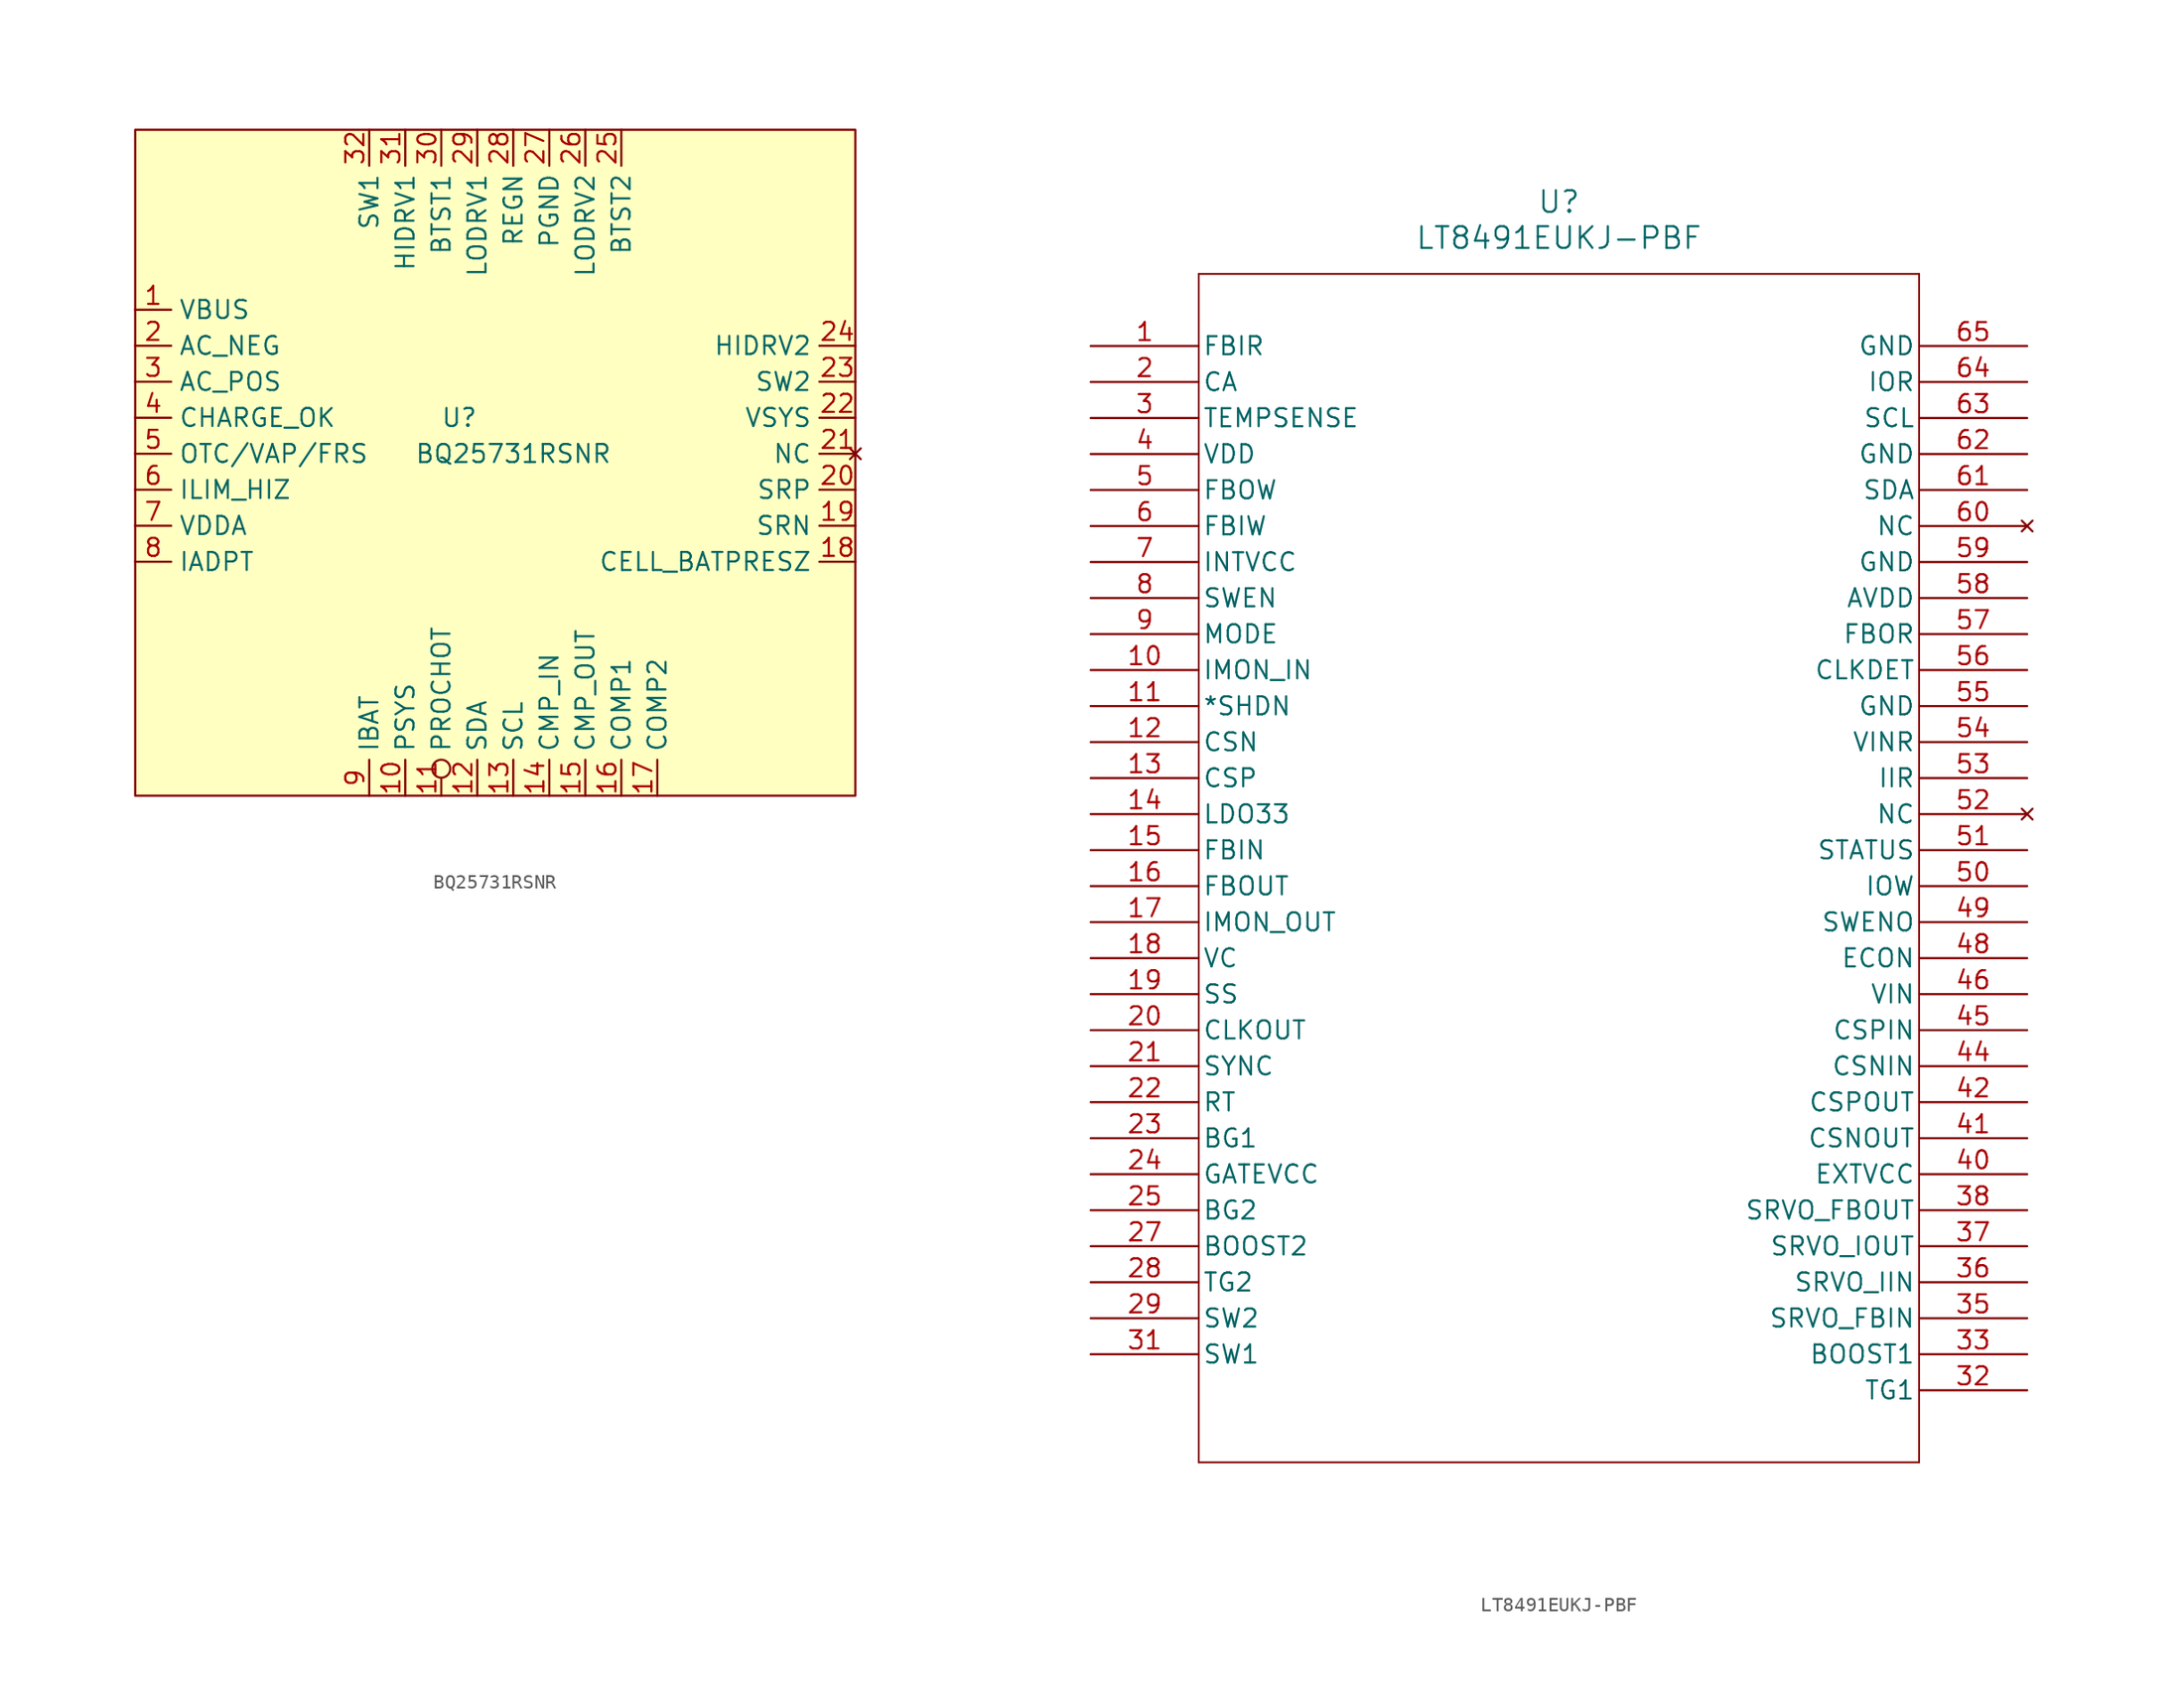
<source format=kicad_sym>
(kicad_symbol_lib
  (version 20220914)
  (generator kicad_symbol_editor)
  (symbol "BQ25731RSNR"
    (property "Reference" "U"
      (at -1.27 0 0)
      (effects (font (size 1.27 1.27))))
    (property "Value" "BQ25731RSNR"
      (at 2.54 -2.54 0)
      (effects (font (size 1.27 1.27))))
    (symbol "BQ25731RSNR_1_1"
      (rectangle (start -24.13 20.32) (end 26.67 -26.67) (stroke (width 0) (type default)) (fill (type background)))
      (pin power_in line (at -24.13 7.62 0) (length 2.54) (name "VBUS" (effects (font (size 1.27 1.27)))) (number "1" (effects (font (size 1.27 1.27)))))
      (pin output line (at -5.08 -26.67 90) (length 2.54) (name "PSYS" (effects (font (size 1.27 1.27)))) (number "10" (effects (font (size 1.27 1.27)))))
      (pin output inverted (at -2.54 -26.67 90) (length 2.54) (name "PROCHOT" (effects (font (size 1.27 1.27)))) (number "11" (effects (font (size 1.27 1.27)))))
      (pin bidirectional line (at 0 -26.67 90) (length 2.54) (name "SDA" (effects (font (size 1.27 1.27)))) (number "12" (effects (font (size 1.27 1.27)))))
      (pin input line (at 2.54 -26.67 90) (length 2.54) (name "SCL" (effects (font (size 1.27 1.27)))) (number "13" (effects (font (size 1.27 1.27)))))
      (pin input line (at 5.08 -26.67 90) (length 2.54) (name "CMP_IN" (effects (font (size 1.27 1.27)))) (number "14" (effects (font (size 1.27 1.27)))))
      (pin output line (at 7.62 -26.67 90) (length 2.54) (name "CMP_OUT" (effects (font (size 1.27 1.27)))) (number "15" (effects (font (size 1.27 1.27)))))
      (pin input line (at 10.16 -26.67 90) (length 2.54) (name "COMP1" (effects (font (size 1.27 1.27)))) (number "16" (effects (font (size 1.27 1.27)))))
      (pin input line (at 12.7 -26.67 90) (length 2.54) (name "COMP2" (effects (font (size 1.27 1.27)))) (number "17" (effects (font (size 1.27 1.27)))))
      (pin input line (at 26.67 -10.16 180) (length 2.54) (name "CELL_BATPRESZ" (effects (font (size 1.27 1.27)))) (number "18" (effects (font (size 1.27 1.27)))))
      (pin power_in line (at 26.67 -7.62 180) (length 2.54) (name "SRN" (effects (font (size 1.27 1.27)))) (number "19" (effects (font (size 1.27 1.27)))))
      (pin power_in line (at -24.13 5.08 0) (length 2.54) (name "AC_NEG" (effects (font (size 1.27 1.27)))) (number "2" (effects (font (size 1.27 1.27)))))
      (pin power_in line (at 26.67 -5.08 180) (length 2.54) (name "SRP" (effects (font (size 1.27 1.27)))) (number "20" (effects (font (size 1.27 1.27)))))
      (pin no_connect line (at 26.67 -2.54 180) (length 2.54) (name "NC" (effects (font (size 1.27 1.27)))) (number "21" (effects (font (size 1.27 1.27)))))
      (pin power_in line (at 26.67 0 180) (length 2.54) (name "VSYS" (effects (font (size 1.27 1.27)))) (number "22" (effects (font (size 1.27 1.27)))))
      (pin power_in line (at 26.67 2.54 180) (length 2.54) (name "SW2" (effects (font (size 1.27 1.27)))) (number "23" (effects (font (size 1.27 1.27)))))
      (pin output line (at 26.67 5.08 180) (length 2.54) (name "HIDRV2" (effects (font (size 1.27 1.27)))) (number "24" (effects (font (size 1.27 1.27)))))
      (pin power_out line (at 10.16 20.32 270) (length 2.54) (name "BTST2" (effects (font (size 1.27 1.27)))) (number "25" (effects (font (size 1.27 1.27)))))
      (pin output line (at 7.62 20.32 270) (length 2.54) (name "LODRV2" (effects (font (size 1.27 1.27)))) (number "26" (effects (font (size 1.27 1.27)))))
      (pin passive line (at 5.08 20.32 270) (length 2.54) (name "PGND" (effects (font (size 1.27 1.27)))) (number "27" (effects (font (size 1.27 1.27)))))
      (pin power_out line (at 2.54 20.32 270) (length 2.54) (name "REGN" (effects (font (size 1.27 1.27)))) (number "28" (effects (font (size 1.27 1.27)))))
      (pin output line (at 0 20.32 270) (length 2.54) (name "LODRV1" (effects (font (size 1.27 1.27)))) (number "29" (effects (font (size 1.27 1.27)))))
      (pin power_in line (at -24.13 2.54 0) (length 2.54) (name "AC_POS" (effects (font (size 1.27 1.27)))) (number "3" (effects (font (size 1.27 1.27)))))
      (pin power_out line (at -2.54 20.32 270) (length 2.54) (name "BTST1" (effects (font (size 1.27 1.27)))) (number "30" (effects (font (size 1.27 1.27)))))
      (pin output line (at -5.08 20.32 270) (length 2.54) (name "HIDRV1" (effects (font (size 1.27 1.27)))) (number "31" (effects (font (size 1.27 1.27)))))
      (pin power_in line (at -7.62 20.32 270) (length 2.54) (name "SW1" (effects (font (size 1.27 1.27)))) (number "32" (effects (font (size 1.27 1.27)))))
      (pin output line (at -24.13 0 0) (length 2.54) (name "CHARGE_OK" (effects (font (size 1.27 1.27)))) (number "4" (effects (font (size 1.27 1.27)))))
      (pin input line (at -24.13 -2.54 0) (length 2.54) (name "OTC/VAP/FRS" (effects (font (size 1.27 1.27)))) (number "5" (effects (font (size 1.27 1.27)))))
      (pin input line (at -24.13 -5.08 0) (length 2.54) (name "ILIM_HIZ" (effects (font (size 1.27 1.27)))) (number "6" (effects (font (size 1.27 1.27)))))
      (pin power_out line (at -24.13 -7.62 0) (length 2.54) (name "VDDA" (effects (font (size 1.27 1.27)))) (number "7" (effects (font (size 1.27 1.27)))))
      (pin output line (at -24.13 -10.16 0) (length 2.54) (name "IADPT" (effects (font (size 1.27 1.27)))) (number "8" (effects (font (size 1.27 1.27)))))
      (pin output line (at -7.62 -26.67 90) (length 2.54) (name "IBAT" (effects (font (size 1.27 1.27)))) (number "9" (effects (font (size 1.27 1.27)))))))
  (symbol "LT8491EUKJ-PBF"
    (pin_names
      (offset 0.254))
    (property "Reference" "U"
      (at 33.02 10.16 0)
      (effects (font (size 1.524 1.524))))
    (property "Value" "LT8491EUKJ-PBF"
      (at 33.02 7.62 0)
      (effects (font (size 1.524 1.524))))
    (property "ki_locked" ""
      (at 0 0 0)
      (effects (font (size 1.27 1.27))))
    (symbol "LT8491EUKJ-PBF_0_1"
      (polyline (pts (xy 7.62 -78.74) (xy 58.42 -78.74)) (stroke (width 0.127) (type default)) (fill (type none)))
      (polyline (pts (xy 7.62 5.08) (xy 7.62 -78.74)) (stroke (width 0.127) (type default)) (fill (type none)))
      (polyline (pts (xy 58.42 -78.74) (xy 58.42 5.08)) (stroke (width 0.127) (type default)) (fill (type none)))
      (polyline (pts (xy 58.42 5.08) (xy 7.62 5.08)) (stroke (width 0.127) (type default)) (fill (type none)))
      (pin input line (at 0 0 0) (length 7.62) (name "FBIR" (effects (font (size 1.27 1.27)))) (number "1" (effects (font (size 1.27 1.27)))))
      (pin unspecified line (at 0 -22.86 0) (length 7.62) (name "IMON_IN" (effects (font (size 1.27 1.27)))) (number "10" (effects (font (size 1.27 1.27)))))
      (pin input line (at 0 -25.4 0) (length 7.62) (name "*SHDN" (effects (font (size 1.27 1.27)))) (number "11" (effects (font (size 1.27 1.27)))))
      (pin input line (at 0 -27.94 0) (length 7.62) (name "CSN" (effects (font (size 1.27 1.27)))) (number "12" (effects (font (size 1.27 1.27)))))
      (pin input line (at 0 -30.48 0) (length 7.62) (name "CSP" (effects (font (size 1.27 1.27)))) (number "13" (effects (font (size 1.27 1.27)))))
      (pin power_in line (at 0 -33.02 0) (length 7.62) (name "LDO33" (effects (font (size 1.27 1.27)))) (number "14" (effects (font (size 1.27 1.27)))))
      (pin input line (at 0 -35.56 0) (length 7.62) (name "FBIN" (effects (font (size 1.27 1.27)))) (number "15" (effects (font (size 1.27 1.27)))))
      (pin input line (at 0 -38.1 0) (length 7.62) (name "FBOUT" (effects (font (size 1.27 1.27)))) (number "16" (effects (font (size 1.27 1.27)))))
      (pin output line (at 0 -40.64 0) (length 7.62) (name "IMON_OUT" (effects (font (size 1.27 1.27)))) (number "17" (effects (font (size 1.27 1.27)))))
      (pin output line (at 0 -43.18 0) (length 7.62) (name "VC" (effects (font (size 1.27 1.27)))) (number "18" (effects (font (size 1.27 1.27)))))
      (pin input line (at 0 -45.72 0) (length 7.62) (name "SS" (effects (font (size 1.27 1.27)))) (number "19" (effects (font (size 1.27 1.27)))))
      (pin input line (at 0 -2.54 0) (length 7.62) (name "CA" (effects (font (size 1.27 1.27)))) (number "2" (effects (font (size 1.27 1.27)))))
      (pin output line (at 0 -48.26 0) (length 7.62) (name "CLKOUT" (effects (font (size 1.27 1.27)))) (number "20" (effects (font (size 1.27 1.27)))))
      (pin unspecified line (at 0 -50.8 0) (length 7.62) (name "SYNC" (effects (font (size 1.27 1.27)))) (number "21" (effects (font (size 1.27 1.27)))))
      (pin unspecified line (at 0 -53.34 0) (length 7.62) (name "RT" (effects (font (size 1.27 1.27)))) (number "22" (effects (font (size 1.27 1.27)))))
      (pin power_in line (at 0 -55.88 0) (length 7.62) (name "BG1" (effects (font (size 1.27 1.27)))) (number "23" (effects (font (size 1.27 1.27)))))
      (pin power_in line (at 0 -58.42 0) (length 7.62) (name "GATEVCC" (effects (font (size 1.27 1.27)))) (number "24" (effects (font (size 1.27 1.27)))))
      (pin power_in line (at 0 -60.96 0) (length 7.62) (name "BG2" (effects (font (size 1.27 1.27)))) (number "25" (effects (font (size 1.27 1.27)))))
      (pin power_in line (at 0 -63.5 0) (length 7.62) (name "BOOST2" (effects (font (size 1.27 1.27)))) (number "27" (effects (font (size 1.27 1.27)))))
      (pin power_in line (at 0 -66.04 0) (length 7.62) (name "TG2" (effects (font (size 1.27 1.27)))) (number "28" (effects (font (size 1.27 1.27)))))
      (pin power_in line (at 0 -68.58 0) (length 7.62) (name "SW2" (effects (font (size 1.27 1.27)))) (number "29" (effects (font (size 1.27 1.27)))))
      (pin input line (at 0 -5.08 0) (length 7.62) (name "TEMPSENSE" (effects (font (size 1.27 1.27)))) (number "3" (effects (font (size 1.27 1.27)))))
      (pin power_in line (at 0 -71.12 0) (length 7.62) (name "SW1" (effects (font (size 1.27 1.27)))) (number "31" (effects (font (size 1.27 1.27)))))
      (pin power_in line (at 66.04 -73.66 180) (length 7.62) (name "TG1" (effects (font (size 1.27 1.27)))) (number "32" (effects (font (size 1.27 1.27)))))
      (pin power_in line (at 66.04 -71.12 180) (length 7.62) (name "BOOST1" (effects (font (size 1.27 1.27)))) (number "33" (effects (font (size 1.27 1.27)))))
      (pin output line (at 66.04 -68.58 180) (length 7.62) (name "SRVO_FBIN" (effects (font (size 1.27 1.27)))) (number "35" (effects (font (size 1.27 1.27)))))
      (pin output line (at 66.04 -66.04 180) (length 7.62) (name "SRVO_IIN" (effects (font (size 1.27 1.27)))) (number "36" (effects (font (size 1.27 1.27)))))
      (pin output line (at 66.04 -63.5 180) (length 7.62) (name "SRVO_IOUT" (effects (font (size 1.27 1.27)))) (number "37" (effects (font (size 1.27 1.27)))))
      (pin output line (at 66.04 -60.96 180) (length 7.62) (name "SRVO_FBOUT" (effects (font (size 1.27 1.27)))) (number "38" (effects (font (size 1.27 1.27)))))
      (pin power_in line (at 0 -7.62 0) (length 7.62) (name "VDD" (effects (font (size 1.27 1.27)))) (number "4" (effects (font (size 1.27 1.27)))))
      (pin power_in line (at 66.04 -58.42 180) (length 7.62) (name "EXTVCC" (effects (font (size 1.27 1.27)))) (number "40" (effects (font (size 1.27 1.27)))))
      (pin input line (at 66.04 -55.88 180) (length 7.62) (name "CSNOUT" (effects (font (size 1.27 1.27)))) (number "41" (effects (font (size 1.27 1.27)))))
      (pin input line (at 66.04 -53.34 180) (length 7.62) (name "CSPOUT" (effects (font (size 1.27 1.27)))) (number "42" (effects (font (size 1.27 1.27)))))
      (pin input line (at 66.04 -50.8 180) (length 7.62) (name "CSNIN" (effects (font (size 1.27 1.27)))) (number "44" (effects (font (size 1.27 1.27)))))
      (pin input line (at 66.04 -48.26 180) (length 7.62) (name "CSPIN" (effects (font (size 1.27 1.27)))) (number "45" (effects (font (size 1.27 1.27)))))
      (pin power_in line (at 66.04 -45.72 180) (length 7.62) (name "VIN" (effects (font (size 1.27 1.27)))) (number "46" (effects (font (size 1.27 1.27)))))
      (pin output line (at 66.04 -43.18 180) (length 7.62) (name "ECON" (effects (font (size 1.27 1.27)))) (number "48" (effects (font (size 1.27 1.27)))))
      (pin output line (at 66.04 -40.64 180) (length 7.62) (name "SWENO" (effects (font (size 1.27 1.27)))) (number "49" (effects (font (size 1.27 1.27)))))
      (pin output line (at 0 -10.16 0) (length 7.62) (name "FBOW" (effects (font (size 1.27 1.27)))) (number "5" (effects (font (size 1.27 1.27)))))
      (pin output line (at 66.04 -38.1 180) (length 7.62) (name "IOW" (effects (font (size 1.27 1.27)))) (number "50" (effects (font (size 1.27 1.27)))))
      (pin output line (at 66.04 -35.56 180) (length 7.62) (name "STATUS" (effects (font (size 1.27 1.27)))) (number "51" (effects (font (size 1.27 1.27)))))
      (pin no_connect line (at 66.04 -33.02 180) (length 7.62) (name "NC" (effects (font (size 1.27 1.27)))) (number "52" (effects (font (size 1.27 1.27)))))
      (pin input line (at 66.04 -30.48 180) (length 7.62) (name "IIR" (effects (font (size 1.27 1.27)))) (number "53" (effects (font (size 1.27 1.27)))))
      (pin input line (at 66.04 -27.94 180) (length 7.62) (name "VINR" (effects (font (size 1.27 1.27)))) (number "54" (effects (font (size 1.27 1.27)))))
      (pin power_out line (at 66.04 -25.4 180) (length 7.62) (name "GND" (effects (font (size 1.27 1.27)))) (number "55" (effects (font (size 1.27 1.27)))))
      (pin input line (at 66.04 -22.86 180) (length 7.62) (name "CLKDET" (effects (font (size 1.27 1.27)))) (number "56" (effects (font (size 1.27 1.27)))))
      (pin input line (at 66.04 -20.32 180) (length 7.62) (name "FBOR" (effects (font (size 1.27 1.27)))) (number "57" (effects (font (size 1.27 1.27)))))
      (pin power_in line (at 66.04 -17.78 180) (length 7.62) (name "AVDD" (effects (font (size 1.27 1.27)))) (number "58" (effects (font (size 1.27 1.27)))))
      (pin power_out line (at 66.04 -15.24 180) (length 7.62) (name "GND" (effects (font (size 1.27 1.27)))) (number "59" (effects (font (size 1.27 1.27)))))
      (pin output line (at 0 -12.7 0) (length 7.62) (name "FBIW" (effects (font (size 1.27 1.27)))) (number "6" (effects (font (size 1.27 1.27)))))
      (pin no_connect line (at 66.04 -12.7 180) (length 7.62) (name "NC" (effects (font (size 1.27 1.27)))) (number "60" (effects (font (size 1.27 1.27)))))
      (pin bidirectional line (at 66.04 -10.16 180) (length 7.62) (name "SDA" (effects (font (size 1.27 1.27)))) (number "61" (effects (font (size 1.27 1.27)))))
      (pin power_out line (at 66.04 -7.62 180) (length 7.62) (name "GND" (effects (font (size 1.27 1.27)))) (number "62" (effects (font (size 1.27 1.27)))))
      (pin input line (at 66.04 -5.08 180) (length 7.62) (name "SCL" (effects (font (size 1.27 1.27)))) (number "63" (effects (font (size 1.27 1.27)))))
      (pin input line (at 66.04 -2.54 180) (length 7.62) (name "IOR" (effects (font (size 1.27 1.27)))) (number "64" (effects (font (size 1.27 1.27)))))
      (pin power_out line (at 66.04 0 180) (length 7.62) (name "GND" (effects (font (size 1.27 1.27)))) (number "65" (effects (font (size 1.27 1.27)))))
      (pin power_in line (at 0 -15.24 0) (length 7.62) (name "INTVCC" (effects (font (size 1.27 1.27)))) (number "7" (effects (font (size 1.27 1.27)))))
      (pin input line (at 0 -17.78 0) (length 7.62) (name "SWEN" (effects (font (size 1.27 1.27)))) (number "8" (effects (font (size 1.27 1.27)))))
      (pin input line (at 0 -20.32 0) (length 7.62) (name "MODE" (effects (font (size 1.27 1.27)))) (number "9" (effects (font (size 1.27 1.27))))))))
</source>
